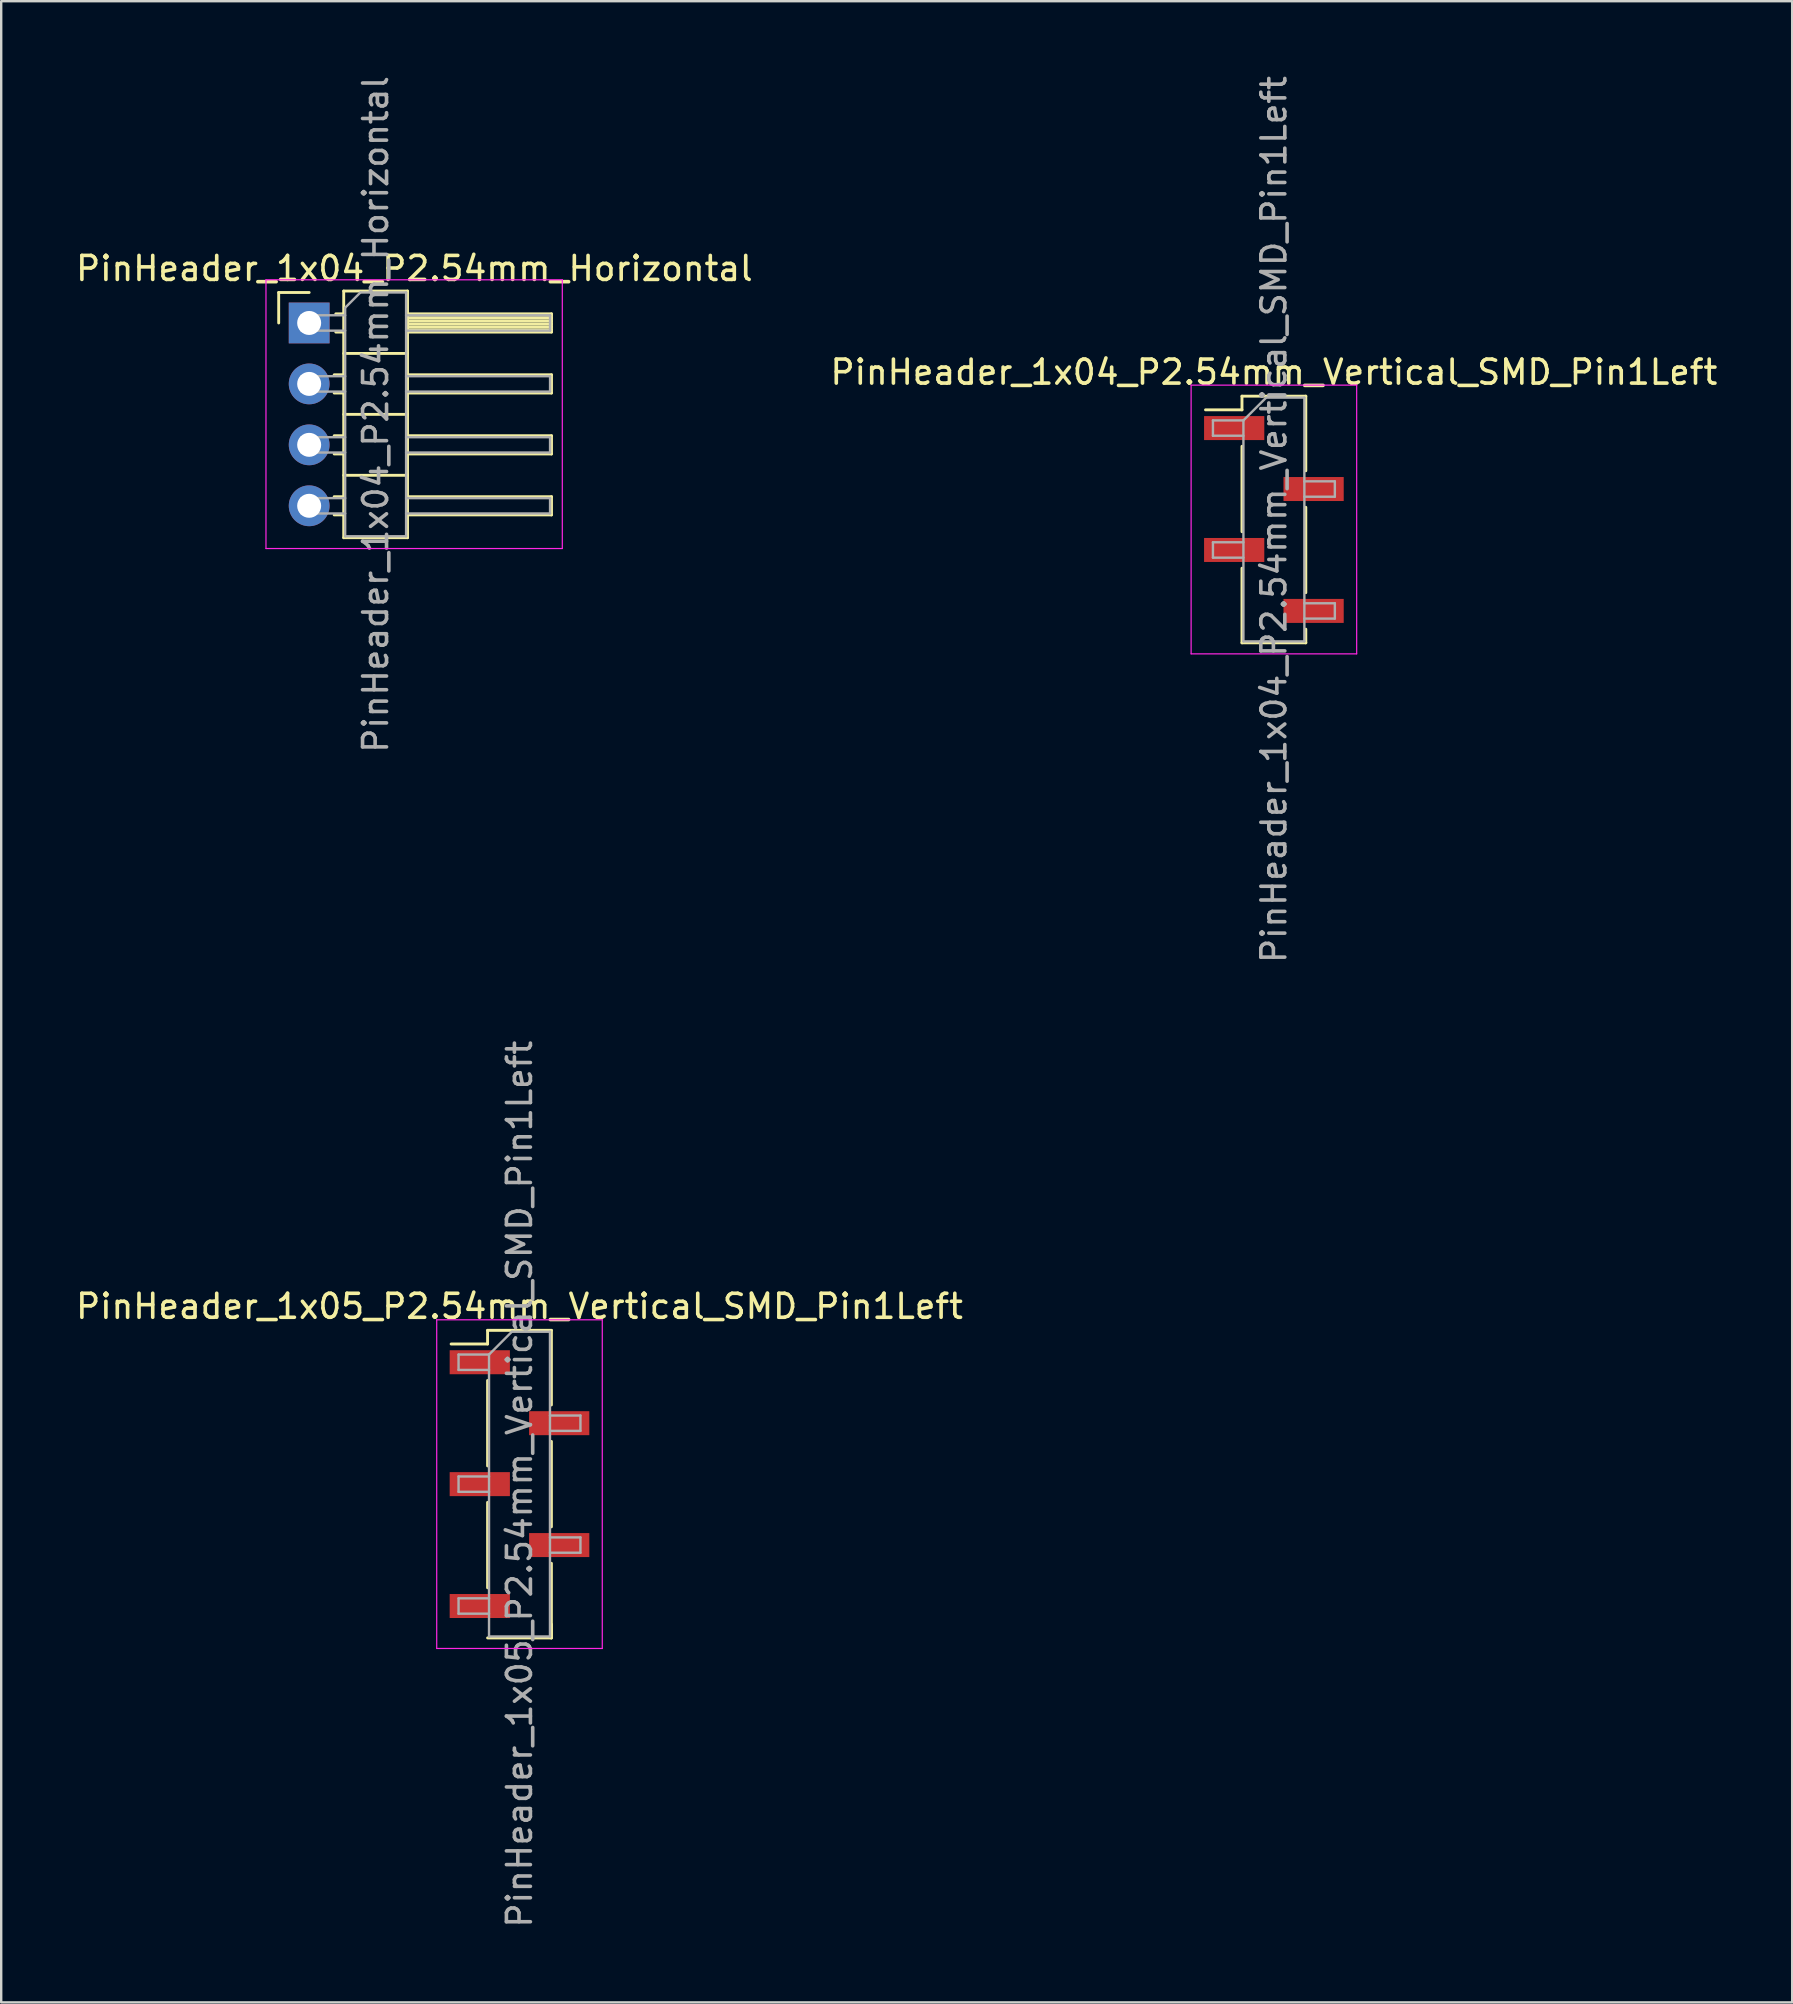
<source format=kicad_pcb>
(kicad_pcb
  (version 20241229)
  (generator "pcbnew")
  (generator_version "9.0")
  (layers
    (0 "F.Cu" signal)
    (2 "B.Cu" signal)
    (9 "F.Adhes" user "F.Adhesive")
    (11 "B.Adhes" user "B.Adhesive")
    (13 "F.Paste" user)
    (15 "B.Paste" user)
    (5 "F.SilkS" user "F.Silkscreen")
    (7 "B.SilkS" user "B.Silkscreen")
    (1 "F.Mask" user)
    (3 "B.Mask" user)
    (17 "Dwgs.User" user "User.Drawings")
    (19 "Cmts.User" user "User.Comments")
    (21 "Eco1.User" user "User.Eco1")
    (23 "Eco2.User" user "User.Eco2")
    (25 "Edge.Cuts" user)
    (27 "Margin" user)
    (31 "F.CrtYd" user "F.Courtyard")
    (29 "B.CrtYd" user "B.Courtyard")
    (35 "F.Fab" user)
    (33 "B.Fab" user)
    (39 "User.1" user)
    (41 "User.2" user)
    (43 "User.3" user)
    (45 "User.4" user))
  (footprint "PinHeader_1x05_P2.54mm_Vertical_SMD_Pin1Left"
    (layer "F.Cu")
    (at 18.601 58.804)
    (property "Reference" "PinHeader_1x05_P2.54mm_Vertical_SMD_Pin1Left" (at 0 -7.41 0) (layer "F.SilkS") (effects (font (size 1 1) (thickness 0.15))))
    (attr smd)
    (fp_line (start -1.33 -6.41) (end -1.33 -5.84) (stroke (width 0.12) (type solid)) (layer "F.SilkS"))
    (fp_line (start -1.33 -6.41) (end 1.33 -6.41) (stroke (width 0.12) (type solid)) (layer "F.SilkS"))
    (fp_line (start -1.33 -5.84) (end -2.85 -5.84) (stroke (width 0.12) (type solid)) (layer "F.SilkS"))
    (fp_line (start -1.33 -4.32) (end -1.33 -0.76) (stroke (width 0.12) (type solid)) (layer "F.SilkS"))
    (fp_line (start -1.33 0.76) (end -1.33 4.32) (stroke (width 0.12) (type solid)) (layer "F.SilkS"))
    (fp_line (start -1.33 6.41) (end 1.33 6.41) (stroke (width 0.12) (type solid)) (layer "F.SilkS"))
    (fp_line (start 1.33 -6.41) (end 1.33 -3.3) (stroke (width 0.12) (type solid)) (layer "F.SilkS"))
    (fp_line (start 1.33 -1.78) (end 1.33 1.78) (stroke (width 0.12) (type solid)) (layer "F.SilkS"))
    (fp_line (start 1.33 3.3) (end 1.33 6.41) (stroke (width 0.12) (type solid)) (layer "F.SilkS"))
    (fp_line (start 1.33 5.84) (end 1.33 6.41) (stroke (width 0.12) (type solid)) (layer "F.SilkS"))
    (fp_line (start -3.45 -6.85) (end -3.45 6.85) (stroke (width 0.05) (type solid)) (layer "F.CrtYd"))
    (fp_line (start -3.45 6.85) (end 3.45 6.85) (stroke (width 0.05) (type solid)) (layer "F.CrtYd"))
    (fp_line (start 3.45 -6.85) (end -3.45 -6.85) (stroke (width 0.05) (type solid)) (layer "F.CrtYd"))
    (fp_line (start 3.45 6.85) (end 3.45 -6.85) (stroke (width 0.05) (type solid)) (layer "F.CrtYd"))
    (fp_line (start -2.54 -5.4) (end -2.54 -4.76) (stroke (width 0.1) (type solid)) (layer "F.Fab"))
    (fp_line (start -2.54 -4.76) (end -1.27 -4.76) (stroke (width 0.1) (type solid)) (layer "F.Fab"))
    (fp_line (start -2.54 -0.32) (end -2.54 0.32) (stroke (width 0.1) (type solid)) (layer "F.Fab"))
    (fp_line (start -2.54 0.32) (end -1.27 0.32) (stroke (width 0.1) (type solid)) (layer "F.Fab"))
    (fp_line (start -2.54 4.76) (end -2.54 5.4) (stroke (width 0.1) (type solid)) (layer "F.Fab"))
    (fp_line (start -2.54 5.4) (end -1.27 5.4) (stroke (width 0.1) (type solid)) (layer "F.Fab"))
    (fp_line (start -1.27 -5.4) (end -2.54 -5.4) (stroke (width 0.1) (type solid)) (layer "F.Fab"))
    (fp_line (start -1.27 -5.4) (end -0.32 -6.35) (stroke (width 0.1) (type solid)) (layer "F.Fab"))
    (fp_line (start -1.27 -0.32) (end -2.54 -0.32) (stroke (width 0.1) (type solid)) (layer "F.Fab"))
    (fp_line (start -1.27 4.76) (end -2.54 4.76) (stroke (width 0.1) (type solid)) (layer "F.Fab"))
    (fp_line (start -1.27 6.35) (end -1.27 -5.4) (stroke (width 0.1) (type solid)) (layer "F.Fab"))
    (fp_line (start -0.32 -6.35) (end 1.27 -6.35) (stroke (width 0.1) (type solid)) (layer "F.Fab"))
    (fp_line (start 1.27 -6.35) (end 1.27 6.35) (stroke (width 0.1) (type solid)) (layer "F.Fab"))
    (fp_line (start 1.27 -2.86) (end 2.54 -2.86) (stroke (width 0.1) (type solid)) (layer "F.Fab"))
    (fp_line (start 1.27 2.22) (end 2.54 2.22) (stroke (width 0.1) (type solid)) (layer "F.Fab"))
    (fp_line (start 1.27 6.35) (end -1.27 6.35) (stroke (width 0.1) (type solid)) (layer "F.Fab"))
    (fp_line (start 2.54 -2.86) (end 2.54 -2.22) (stroke (width 0.1) (type solid)) (layer "F.Fab"))
    (fp_line (start 2.54 -2.22) (end 1.27 -2.22) (stroke (width 0.1) (type solid)) (layer "F.Fab"))
    (fp_line (start 2.54 2.22) (end 2.54 2.86) (stroke (width 0.1) (type solid)) (layer "F.Fab"))
    (fp_line (start 2.54 2.86) (end 1.27 2.86) (stroke (width 0.1) (type solid)) (layer "F.Fab"))
    (fp_text user "${REFERENCE}" (at 0 0 90) (layer "F.Fab") (effects (font (size 1 1) (thickness 0.15))))
    (pad "1" smd rect (at -1.655 -5.08) (size 2.51 1) (layers "F.Cu" "F.Mask" "F.Paste"))
    (pad "2" smd rect (at 1.655 -2.54) (size 2.51 1) (layers "F.Cu" "F.Mask" "F.Paste"))
    (pad "3" smd rect (at -1.655 0) (size 2.51 1) (layers "F.Cu" "F.Mask" "F.Paste"))
    (pad "4" smd rect (at 1.655 2.54) (size 2.51 1) (layers "F.Cu" "F.Mask" "F.Paste"))
    (pad "5" smd rect (at -1.655 5.08) (size 2.51 1) (layers "F.Cu" "F.Mask" "F.Paste")))
  (footprint "PinHeader_1x04_P2.54mm_Vertical_SMD_Pin1Left"
    (layer "F.Cu")
    (at 50.042 18.601)
    (property "Reference" "PinHeader_1x04_P2.54mm_Vertical_SMD_Pin1Left" (at 0 -6.14 0) (layer "F.SilkS") (effects (font (size 1 1) (thickness 0.15))))
    (attr smd)
    (fp_line (start -1.33 -5.14) (end -1.33 -4.57) (stroke (width 0.12) (type solid)) (layer "F.SilkS"))
    (fp_line (start -1.33 -5.14) (end 1.33 -5.14) (stroke (width 0.12) (type solid)) (layer "F.SilkS"))
    (fp_line (start -1.33 -4.57) (end -2.85 -4.57) (stroke (width 0.12) (type solid)) (layer "F.SilkS"))
    (fp_line (start -1.33 -3.05) (end -1.33 0.51) (stroke (width 0.12) (type solid)) (layer "F.SilkS"))
    (fp_line (start -1.33 2.03) (end -1.33 5.14) (stroke (width 0.12) (type solid)) (layer "F.SilkS"))
    (fp_line (start -1.33 5.14) (end 1.33 5.14) (stroke (width 0.12) (type solid)) (layer "F.SilkS"))
    (fp_line (start 1.33 -5.14) (end 1.33 -2.03) (stroke (width 0.12) (type solid)) (layer "F.SilkS"))
    (fp_line (start 1.33 -0.51) (end 1.33 3.05) (stroke (width 0.12) (type solid)) (layer "F.SilkS"))
    (fp_line (start 1.33 4.57) (end 1.33 5.14) (stroke (width 0.12) (type solid)) (layer "F.SilkS"))
    (fp_line (start -3.45 -5.6) (end -3.45 5.6) (stroke (width 0.05) (type solid)) (layer "F.CrtYd"))
    (fp_line (start -3.45 5.6) (end 3.45 5.6) (stroke (width 0.05) (type solid)) (layer "F.CrtYd"))
    (fp_line (start 3.45 -5.6) (end -3.45 -5.6) (stroke (width 0.05) (type solid)) (layer "F.CrtYd"))
    (fp_line (start 3.45 5.6) (end 3.45 -5.6) (stroke (width 0.05) (type solid)) (layer "F.CrtYd"))
    (fp_line (start -2.54 -4.13) (end -2.54 -3.49) (stroke (width 0.1) (type solid)) (layer "F.Fab"))
    (fp_line (start -2.54 -3.49) (end -1.27 -3.49) (stroke (width 0.1) (type solid)) (layer "F.Fab"))
    (fp_line (start -2.54 0.95) (end -2.54 1.59) (stroke (width 0.1) (type solid)) (layer "F.Fab"))
    (fp_line (start -2.54 1.59) (end -1.27 1.59) (stroke (width 0.1) (type solid)) (layer "F.Fab"))
    (fp_line (start -1.27 -4.13) (end -2.54 -4.13) (stroke (width 0.1) (type solid)) (layer "F.Fab"))
    (fp_line (start -1.27 -4.13) (end -0.32 -5.08) (stroke (width 0.1) (type solid)) (layer "F.Fab"))
    (fp_line (start -1.27 0.95) (end -2.54 0.95) (stroke (width 0.1) (type solid)) (layer "F.Fab"))
    (fp_line (start -1.27 5.08) (end -1.27 -4.13) (stroke (width 0.1) (type solid)) (layer "F.Fab"))
    (fp_line (start -0.32 -5.08) (end 1.27 -5.08) (stroke (width 0.1) (type solid)) (layer "F.Fab"))
    (fp_line (start 1.27 -5.08) (end 1.27 5.08) (stroke (width 0.1) (type solid)) (layer "F.Fab"))
    (fp_line (start 1.27 -1.59) (end 2.54 -1.59) (stroke (width 0.1) (type solid)) (layer "F.Fab"))
    (fp_line (start 1.27 3.49) (end 2.54 3.49) (stroke (width 0.1) (type solid)) (layer "F.Fab"))
    (fp_line (start 1.27 5.08) (end -1.27 5.08) (stroke (width 0.1) (type solid)) (layer "F.Fab"))
    (fp_line (start 2.54 -1.59) (end 2.54 -0.95) (stroke (width 0.1) (type solid)) (layer "F.Fab"))
    (fp_line (start 2.54 -0.95) (end 1.27 -0.95) (stroke (width 0.1) (type solid)) (layer "F.Fab"))
    (fp_line (start 2.54 3.49) (end 2.54 4.13) (stroke (width 0.1) (type solid)) (layer "F.Fab"))
    (fp_line (start 2.54 4.13) (end 1.27 4.13) (stroke (width 0.1) (type solid)) (layer "F.Fab"))
    (fp_text user "${REFERENCE}" (at 0 0 90) (layer "F.Fab") (effects (font (size 1 1) (thickness 0.15))))
    (pad "1" smd rect (at -1.655 -3.81) (size 2.51 1) (layers "F.Cu" "F.Mask" "F.Paste"))
    (pad "2" smd rect (at 1.655 -1.27) (size 2.51 1) (layers "F.Cu" "F.Mask" "F.Paste"))
    (pad "3" smd rect (at -1.655 1.27) (size 2.51 1) (layers "F.Cu" "F.Mask" "F.Paste"))
    (pad "4" smd rect (at 1.655 3.81) (size 2.51 1) (layers "F.Cu" "F.Mask" "F.Paste")))
  (footprint "PinHeader_1x04_P2.54mm_Horizontal"
    (layer "F.Cu")
    (at 9.835 10.41)
    (property "Reference" "PinHeader_1x04_P2.54mm_Horizontal" (at 4.385 -2.27 0) (layer "F.SilkS") (effects (font (size 1 1) (thickness 0.15))))
    (attr through_hole)
    (fp_line (start -1.27 -1.27) (end 0 -1.27) (stroke (width 0.12) (type solid)) (layer "F.SilkS"))
    (fp_line (start -1.27 0) (end -1.27 -1.27) (stroke (width 0.12) (type solid)) (layer "F.SilkS"))
    (fp_line (start 1.043 2.16) (end 1.44 2.16) (stroke (width 0.12) (type solid)) (layer "F.SilkS"))
    (fp_line (start 1.043 2.92) (end 1.44 2.92) (stroke (width 0.12) (type solid)) (layer "F.SilkS"))
    (fp_line (start 1.043 4.7) (end 1.44 4.7) (stroke (width 0.12) (type solid)) (layer "F.SilkS"))
    (fp_line (start 1.043 5.46) (end 1.44 5.46) (stroke (width 0.12) (type solid)) (layer "F.SilkS"))
    (fp_line (start 1.043 7.24) (end 1.44 7.24) (stroke (width 0.12) (type solid)) (layer "F.SilkS"))
    (fp_line (start 1.043 8) (end 1.44 8) (stroke (width 0.12) (type solid)) (layer "F.SilkS"))
    (fp_line (start 1.11 -0.38) (end 1.44 -0.38) (stroke (width 0.12) (type solid)) (layer "F.SilkS"))
    (fp_line (start 1.11 0.38) (end 1.44 0.38) (stroke (width 0.12) (type solid)) (layer "F.SilkS"))
    (fp_line (start 1.44 -1.33) (end 1.44 8.95) (stroke (width 0.12) (type solid)) (layer "F.SilkS"))
    (fp_line (start 1.44 1.27) (end 4.1 1.27) (stroke (width 0.12) (type solid)) (layer "F.SilkS"))
    (fp_line (start 1.44 3.81) (end 4.1 3.81) (stroke (width 0.12) (type solid)) (layer "F.SilkS"))
    (fp_line (start 1.44 6.35) (end 4.1 6.35) (stroke (width 0.12) (type solid)) (layer "F.SilkS"))
    (fp_line (start 1.44 8.95) (end 4.1 8.95) (stroke (width 0.12) (type solid)) (layer "F.SilkS"))
    (fp_line (start 4.1 -1.33) (end 1.44 -1.33) (stroke (width 0.12) (type solid)) (layer "F.SilkS"))
    (fp_line (start 4.1 -0.38) (end 10.1 -0.38) (stroke (width 0.12) (type solid)) (layer "F.SilkS"))
    (fp_line (start 4.1 -0.32) (end 10.1 -0.32) (stroke (width 0.12) (type solid)) (layer "F.SilkS"))
    (fp_line (start 4.1 -0.2) (end 10.1 -0.2) (stroke (width 0.12) (type solid)) (layer "F.SilkS"))
    (fp_line (start 4.1 -0.08) (end 10.1 -0.08) (stroke (width 0.12) (type solid)) (layer "F.SilkS"))
    (fp_line (start 4.1 0.04) (end 10.1 0.04) (stroke (width 0.12) (type solid)) (layer "F.SilkS"))
    (fp_line (start 4.1 0.16) (end 10.1 0.16) (stroke (width 0.12) (type solid)) (layer "F.SilkS"))
    (fp_line (start 4.1 0.28) (end 10.1 0.28) (stroke (width 0.12) (type solid)) (layer "F.SilkS"))
    (fp_line (start 4.1 2.16) (end 10.1 2.16) (stroke (width 0.12) (type solid)) (layer "F.SilkS"))
    (fp_line (start 4.1 4.7) (end 10.1 4.7) (stroke (width 0.12) (type solid)) (layer "F.SilkS"))
    (fp_line (start 4.1 7.24) (end 10.1 7.24) (stroke (width 0.12) (type solid)) (layer "F.SilkS"))
    (fp_line (start 4.1 8.95) (end 4.1 -1.33) (stroke (width 0.12) (type solid)) (layer "F.SilkS"))
    (fp_line (start 10.1 -0.38) (end 10.1 0.38) (stroke (width 0.12) (type solid)) (layer "F.SilkS"))
    (fp_line (start 10.1 0.38) (end 4.1 0.38) (stroke (width 0.12) (type solid)) (layer "F.SilkS"))
    (fp_line (start 10.1 2.16) (end 10.1 2.92) (stroke (width 0.12) (type solid)) (layer "F.SilkS"))
    (fp_line (start 10.1 2.92) (end 4.1 2.92) (stroke (width 0.12) (type solid)) (layer "F.SilkS"))
    (fp_line (start 10.1 4.7) (end 10.1 5.46) (stroke (width 0.12) (type solid)) (layer "F.SilkS"))
    (fp_line (start 10.1 5.46) (end 4.1 5.46) (stroke (width 0.12) (type solid)) (layer "F.SilkS"))
    (fp_line (start 10.1 7.24) (end 10.1 8) (stroke (width 0.12) (type solid)) (layer "F.SilkS"))
    (fp_line (start 10.1 8) (end 4.1 8) (stroke (width 0.12) (type solid)) (layer "F.SilkS"))
    (fp_line (start -1.8 -1.8) (end -1.8 9.4) (stroke (width 0.05) (type solid)) (layer "F.CrtYd"))
    (fp_line (start -1.8 9.4) (end 10.55 9.4) (stroke (width 0.05) (type solid)) (layer "F.CrtYd"))
    (fp_line (start 10.55 -1.8) (end -1.8 -1.8) (stroke (width 0.05) (type solid)) (layer "F.CrtYd"))
    (fp_line (start 10.55 9.4) (end 10.55 -1.8) (stroke (width 0.05) (type solid)) (layer "F.CrtYd"))
    (fp_line (start -0.32 -0.32) (end -0.32 0.32) (stroke (width 0.1) (type solid)) (layer "F.Fab"))
    (fp_line (start -0.32 -0.32) (end 1.5 -0.32) (stroke (width 0.1) (type solid)) (layer "F.Fab"))
    (fp_line (start -0.32 0.32) (end 1.5 0.32) (stroke (width 0.1) (type solid)) (layer "F.Fab"))
    (fp_line (start -0.32 2.22) (end -0.32 2.86) (stroke (width 0.1) (type solid)) (layer "F.Fab"))
    (fp_line (start -0.32 2.22) (end 1.5 2.22) (stroke (width 0.1) (type solid)) (layer "F.Fab"))
    (fp_line (start -0.32 2.86) (end 1.5 2.86) (stroke (width 0.1) (type solid)) (layer "F.Fab"))
    (fp_line (start -0.32 4.76) (end -0.32 5.4) (stroke (width 0.1) (type solid)) (layer "F.Fab"))
    (fp_line (start -0.32 4.76) (end 1.5 4.76) (stroke (width 0.1) (type solid)) (layer "F.Fab"))
    (fp_line (start -0.32 5.4) (end 1.5 5.4) (stroke (width 0.1) (type solid)) (layer "F.Fab"))
    (fp_line (start -0.32 7.3) (end -0.32 7.94) (stroke (width 0.1) (type solid)) (layer "F.Fab"))
    (fp_line (start -0.32 7.3) (end 1.5 7.3) (stroke (width 0.1) (type solid)) (layer "F.Fab"))
    (fp_line (start -0.32 7.94) (end 1.5 7.94) (stroke (width 0.1) (type solid)) (layer "F.Fab"))
    (fp_line (start 1.5 -0.635) (end 2.135 -1.27) (stroke (width 0.1) (type solid)) (layer "F.Fab"))
    (fp_line (start 1.5 8.89) (end 1.5 -0.635) (stroke (width 0.1) (type solid)) (layer "F.Fab"))
    (fp_line (start 2.135 -1.27) (end 4.04 -1.27) (stroke (width 0.1) (type solid)) (layer "F.Fab"))
    (fp_line (start 4.04 -1.27) (end 4.04 8.89) (stroke (width 0.1) (type solid)) (layer "F.Fab"))
    (fp_line (start 4.04 -0.32) (end 10.04 -0.32) (stroke (width 0.1) (type solid)) (layer "F.Fab"))
    (fp_line (start 4.04 0.32) (end 10.04 0.32) (stroke (width 0.1) (type solid)) (layer "F.Fab"))
    (fp_line (start 4.04 2.22) (end 10.04 2.22) (stroke (width 0.1) (type solid)) (layer "F.Fab"))
    (fp_line (start 4.04 2.86) (end 10.04 2.86) (stroke (width 0.1) (type solid)) (layer "F.Fab"))
    (fp_line (start 4.04 4.76) (end 10.04 4.76) (stroke (width 0.1) (type solid)) (layer "F.Fab"))
    (fp_line (start 4.04 5.4) (end 10.04 5.4) (stroke (width 0.1) (type solid)) (layer "F.Fab"))
    (fp_line (start 4.04 7.3) (end 10.04 7.3) (stroke (width 0.1) (type solid)) (layer "F.Fab"))
    (fp_line (start 4.04 7.94) (end 10.04 7.94) (stroke (width 0.1) (type solid)) (layer "F.Fab"))
    (fp_line (start 4.04 8.89) (end 1.5 8.89) (stroke (width 0.1) (type solid)) (layer "F.Fab"))
    (fp_line (start 10.04 -0.32) (end 10.04 0.32) (stroke (width 0.1) (type solid)) (layer "F.Fab"))
    (fp_line (start 10.04 2.22) (end 10.04 2.86) (stroke (width 0.1) (type solid)) (layer "F.Fab"))
    (fp_line (start 10.04 4.76) (end 10.04 5.4) (stroke (width 0.1) (type solid)) (layer "F.Fab"))
    (fp_line (start 10.04 7.3) (end 10.04 7.94) (stroke (width 0.1) (type solid)) (layer "F.Fab"))
    (fp_text user "${REFERENCE}" (at 2.77 3.81 90) (layer "F.Fab") (effects (font (size 1 1) (thickness 0.15))))
    (pad "1" thru_hole rect (at 0 0) (size 1.7 1.7) (drill 1) (layers "*.Cu" "*.Mask"))
    (pad "2" thru_hole oval (at 0 2.54) (size 1.7 1.7) (drill 1) (layers "*.Cu" "*.Mask"))
    (pad "3" thru_hole oval (at 0 5.08) (size 1.7 1.7) (drill 1) (layers "*.Cu" "*.Mask"))
    (pad "4" thru_hole oval (at 0 7.62) (size 1.7 1.7) (drill 1) (layers "*.Cu" "*.Mask")))
  (gr_rect
    (start -3 -3)
    (end 71.643 80.405)
    (stroke (width 0.1) (type default))
    (fill no)
    (layer "Edge.Cuts")))
</source>
